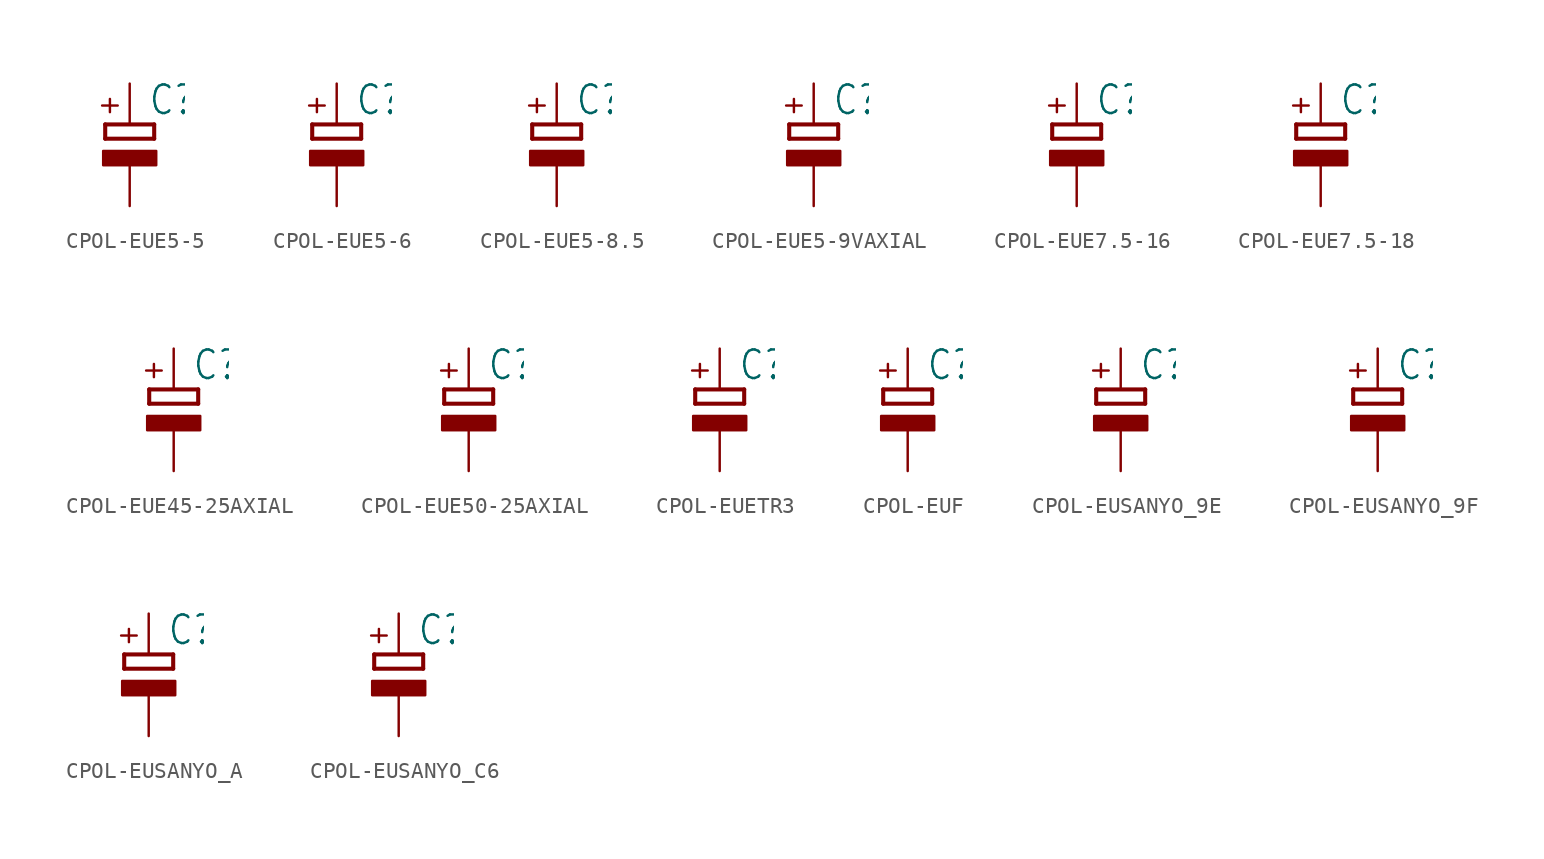
<source format=kicad_sym>
(kicad_symbol_lib
  (version 20231120)
  (generator "kicad_symbol_editor")
  (generator_version "8.99")
  (symbol "CPOL-EUE5-5"
    (property "Reference" "C"
      (at 1.143 0.483 0)
      (effects (font (size 1.778 1.511)) (justify left bottom)))
    (property "Value" ""
      (at 1.143 -4.597 0)
      (effects (font (size 1.778 1.511)) (justify left bottom)))
    (property "ki_locked" ""
      (at 0 0 0)
      (effects (font (size 1.27 1.27))))
    (symbol "CPOL-EUE5-5_1_0"
      (rectangle (start -1.651 -2.54) (end 1.651 -1.651) (stroke (width 0) (type default)) (fill (type outline)))
      (polyline (pts (xy -1.524 0) (xy 1.524 0)) (stroke (width 0.254) (type solid)) (fill (type none)))
      (polyline (pts (xy -1.524 0) (xy -1.524 -0.889)) (stroke (width 0.254) (type solid)) (fill (type none)))
      (polyline (pts (xy -1.524 -0.889) (xy 1.524 -0.889)) (stroke (width 0.254) (type solid)) (fill (type none)))
      (polyline (pts (xy 1.524 -0.889) (xy 1.524 0)) (stroke (width 0.254) (type solid)) (fill (type none)))
      (text "+" (at -0.584 0.406 900) (effects (font (size 1.27 1.079)) (justify left bottom)))
      (pin passive line (at 0 2.54 270) (length 2.54) (name "+" (effects (font (size 0 0)))) (number "+" (effects (font (size 0 0)))))
      (pin passive line (at 0 -5.08 90) (length 2.54) (name "-" (effects (font (size 0 0)))) (number "-" (effects (font (size 0 0)))))))
  (symbol "CPOL-EUE5-6"
    (property "Reference" "C"
      (at 1.143 0.483 0)
      (effects (font (size 1.778 1.511)) (justify left bottom)))
    (property "Value" ""
      (at 1.143 -4.597 0)
      (effects (font (size 1.778 1.511)) (justify left bottom)))
    (property "ki_locked" ""
      (at 0 0 0)
      (effects (font (size 1.27 1.27))))
    (symbol "CPOL-EUE5-6_1_0"
      (rectangle (start -1.651 -2.54) (end 1.651 -1.651) (stroke (width 0) (type default)) (fill (type outline)))
      (polyline (pts (xy -1.524 0) (xy 1.524 0)) (stroke (width 0.254) (type solid)) (fill (type none)))
      (polyline (pts (xy -1.524 0) (xy -1.524 -0.889)) (stroke (width 0.254) (type solid)) (fill (type none)))
      (polyline (pts (xy -1.524 -0.889) (xy 1.524 -0.889)) (stroke (width 0.254) (type solid)) (fill (type none)))
      (polyline (pts (xy 1.524 -0.889) (xy 1.524 0)) (stroke (width 0.254) (type solid)) (fill (type none)))
      (text "+" (at -0.584 0.406 900) (effects (font (size 1.27 1.079)) (justify left bottom)))
      (pin passive line (at 0 2.54 270) (length 2.54) (name "+" (effects (font (size 0 0)))) (number "+" (effects (font (size 0 0)))))
      (pin passive line (at 0 -5.08 90) (length 2.54) (name "-" (effects (font (size 0 0)))) (number "-" (effects (font (size 0 0)))))))
  (symbol "CPOL-EUE5-8.5"
    (property "Reference" "C"
      (at 1.143 0.483 0)
      (effects (font (size 1.778 1.511)) (justify left bottom)))
    (property "Value" ""
      (at 1.143 -4.597 0)
      (effects (font (size 1.778 1.511)) (justify left bottom)))
    (property "ki_locked" ""
      (at 0 0 0)
      (effects (font (size 1.27 1.27))))
    (symbol "CPOL-EUE5-8.5_1_0"
      (rectangle (start -1.651 -2.54) (end 1.651 -1.651) (stroke (width 0) (type default)) (fill (type outline)))
      (polyline (pts (xy -1.524 0) (xy 1.524 0)) (stroke (width 0.254) (type solid)) (fill (type none)))
      (polyline (pts (xy -1.524 0) (xy -1.524 -0.889)) (stroke (width 0.254) (type solid)) (fill (type none)))
      (polyline (pts (xy -1.524 -0.889) (xy 1.524 -0.889)) (stroke (width 0.254) (type solid)) (fill (type none)))
      (polyline (pts (xy 1.524 -0.889) (xy 1.524 0)) (stroke (width 0.254) (type solid)) (fill (type none)))
      (text "+" (at -0.584 0.406 900) (effects (font (size 1.27 1.079)) (justify left bottom)))
      (pin passive line (at 0 2.54 270) (length 2.54) (name "+" (effects (font (size 0 0)))) (number "+" (effects (font (size 0 0)))))
      (pin passive line (at 0 -5.08 90) (length 2.54) (name "-" (effects (font (size 0 0)))) (number "-" (effects (font (size 0 0)))))))
  (symbol "CPOL-EUE5-9VAXIAL"
    (property "Reference" "C"
      (at 1.143 0.483 0)
      (effects (font (size 1.778 1.511)) (justify left bottom)))
    (property "Value" ""
      (at 1.143 -4.597 0)
      (effects (font (size 1.778 1.511)) (justify left bottom)))
    (property "ki_locked" ""
      (at 0 0 0)
      (effects (font (size 1.27 1.27))))
    (symbol "CPOL-EUE5-9VAXIAL_1_0"
      (rectangle (start -1.651 -2.54) (end 1.651 -1.651) (stroke (width 0) (type default)) (fill (type outline)))
      (polyline (pts (xy -1.524 0) (xy 1.524 0)) (stroke (width 0.254) (type solid)) (fill (type none)))
      (polyline (pts (xy -1.524 0) (xy -1.524 -0.889)) (stroke (width 0.254) (type solid)) (fill (type none)))
      (polyline (pts (xy -1.524 -0.889) (xy 1.524 -0.889)) (stroke (width 0.254) (type solid)) (fill (type none)))
      (polyline (pts (xy 1.524 -0.889) (xy 1.524 0)) (stroke (width 0.254) (type solid)) (fill (type none)))
      (text "+" (at -0.584 0.406 900) (effects (font (size 1.27 1.079)) (justify left bottom)))
      (pin passive line (at 0 2.54 270) (length 2.54) (name "+" (effects (font (size 0 0)))) (number "+" (effects (font (size 0 0)))))
      (pin passive line (at 0 -5.08 90) (length 2.54) (name "-" (effects (font (size 0 0)))) (number "-" (effects (font (size 0 0)))))))
  (symbol "CPOL-EUE7.5-16"
    (property "Reference" "C"
      (at 1.143 0.483 0)
      (effects (font (size 1.778 1.511)) (justify left bottom)))
    (property "Value" ""
      (at 1.143 -4.597 0)
      (effects (font (size 1.778 1.511)) (justify left bottom)))
    (property "ki_locked" ""
      (at 0 0 0)
      (effects (font (size 1.27 1.27))))
    (symbol "CPOL-EUE7.5-16_1_0"
      (rectangle (start -1.651 -2.54) (end 1.651 -1.651) (stroke (width 0) (type default)) (fill (type outline)))
      (polyline (pts (xy -1.524 0) (xy 1.524 0)) (stroke (width 0.254) (type solid)) (fill (type none)))
      (polyline (pts (xy -1.524 0) (xy -1.524 -0.889)) (stroke (width 0.254) (type solid)) (fill (type none)))
      (polyline (pts (xy -1.524 -0.889) (xy 1.524 -0.889)) (stroke (width 0.254) (type solid)) (fill (type none)))
      (polyline (pts (xy 1.524 -0.889) (xy 1.524 0)) (stroke (width 0.254) (type solid)) (fill (type none)))
      (text "+" (at -0.584 0.406 900) (effects (font (size 1.27 1.079)) (justify left bottom)))
      (pin passive line (at 0 2.54 270) (length 2.54) (name "+" (effects (font (size 0 0)))) (number "+" (effects (font (size 0 0)))))
      (pin passive line (at 0 -5.08 90) (length 2.54) (name "-" (effects (font (size 0 0)))) (number "-" (effects (font (size 0 0)))))))
  (symbol "CPOL-EUE7.5-18"
    (property "Reference" "C"
      (at 1.143 0.483 0)
      (effects (font (size 1.778 1.511)) (justify left bottom)))
    (property "Value" ""
      (at 1.143 -4.597 0)
      (effects (font (size 1.778 1.511)) (justify left bottom)))
    (property "ki_locked" ""
      (at 0 0 0)
      (effects (font (size 1.27 1.27))))
    (symbol "CPOL-EUE7.5-18_1_0"
      (rectangle (start -1.651 -2.54) (end 1.651 -1.651) (stroke (width 0) (type default)) (fill (type outline)))
      (polyline (pts (xy -1.524 0) (xy 1.524 0)) (stroke (width 0.254) (type solid)) (fill (type none)))
      (polyline (pts (xy -1.524 0) (xy -1.524 -0.889)) (stroke (width 0.254) (type solid)) (fill (type none)))
      (polyline (pts (xy -1.524 -0.889) (xy 1.524 -0.889)) (stroke (width 0.254) (type solid)) (fill (type none)))
      (polyline (pts (xy 1.524 -0.889) (xy 1.524 0)) (stroke (width 0.254) (type solid)) (fill (type none)))
      (text "+" (at -0.584 0.406 900) (effects (font (size 1.27 1.079)) (justify left bottom)))
      (pin passive line (at 0 2.54 270) (length 2.54) (name "+" (effects (font (size 0 0)))) (number "+" (effects (font (size 0 0)))))
      (pin passive line (at 0 -5.08 90) (length 2.54) (name "-" (effects (font (size 0 0)))) (number "-" (effects (font (size 0 0)))))))
  (symbol "CPOL-EUE45-25AXIAL"
    (property "Reference" "C"
      (at 1.143 0.483 0)
      (effects (font (size 1.778 1.511)) (justify left bottom)))
    (property "Value" ""
      (at 1.143 -4.597 0)
      (effects (font (size 1.778 1.511)) (justify left bottom)))
    (property "ki_locked" ""
      (at 0 0 0)
      (effects (font (size 1.27 1.27))))
    (symbol "CPOL-EUE45-25AXIAL_1_0"
      (rectangle (start -1.651 -2.54) (end 1.651 -1.651) (stroke (width 0) (type default)) (fill (type outline)))
      (polyline (pts (xy -1.524 0) (xy 1.524 0)) (stroke (width 0.254) (type solid)) (fill (type none)))
      (polyline (pts (xy -1.524 0) (xy -1.524 -0.889)) (stroke (width 0.254) (type solid)) (fill (type none)))
      (polyline (pts (xy -1.524 -0.889) (xy 1.524 -0.889)) (stroke (width 0.254) (type solid)) (fill (type none)))
      (polyline (pts (xy 1.524 -0.889) (xy 1.524 0)) (stroke (width 0.254) (type solid)) (fill (type none)))
      (text "+" (at -0.584 0.406 900) (effects (font (size 1.27 1.079)) (justify left bottom)))
      (pin passive line (at 0 2.54 270) (length 2.54) (name "+" (effects (font (size 0 0)))) (number "+" (effects (font (size 0 0)))))
      (pin passive line (at 0 -5.08 90) (length 2.54) (name "-" (effects (font (size 0 0)))) (number "-" (effects (font (size 0 0)))))))
  (symbol "CPOL-EUE50-25AXIAL"
    (property "Reference" "C"
      (at 1.143 0.483 0)
      (effects (font (size 1.778 1.511)) (justify left bottom)))
    (property "Value" ""
      (at 1.143 -4.597 0)
      (effects (font (size 1.778 1.511)) (justify left bottom)))
    (property "ki_locked" ""
      (at 0 0 0)
      (effects (font (size 1.27 1.27))))
    (symbol "CPOL-EUE50-25AXIAL_1_0"
      (rectangle (start -1.651 -2.54) (end 1.651 -1.651) (stroke (width 0) (type default)) (fill (type outline)))
      (polyline (pts (xy -1.524 0) (xy 1.524 0)) (stroke (width 0.254) (type solid)) (fill (type none)))
      (polyline (pts (xy -1.524 0) (xy -1.524 -0.889)) (stroke (width 0.254) (type solid)) (fill (type none)))
      (polyline (pts (xy -1.524 -0.889) (xy 1.524 -0.889)) (stroke (width 0.254) (type solid)) (fill (type none)))
      (polyline (pts (xy 1.524 -0.889) (xy 1.524 0)) (stroke (width 0.254) (type solid)) (fill (type none)))
      (text "+" (at -0.584 0.406 900) (effects (font (size 1.27 1.079)) (justify left bottom)))
      (pin passive line (at 0 2.54 270) (length 2.54) (name "+" (effects (font (size 0 0)))) (number "+" (effects (font (size 0 0)))))
      (pin passive line (at 0 -5.08 90) (length 2.54) (name "-" (effects (font (size 0 0)))) (number "-" (effects (font (size 0 0)))))))
  (symbol "CPOL-EUETR3"
    (property "Reference" "C"
      (at 1.143 0.483 0)
      (effects (font (size 1.778 1.511)) (justify left bottom)))
    (property "Value" ""
      (at 1.143 -4.597 0)
      (effects (font (size 1.778 1.511)) (justify left bottom)))
    (property "ki_locked" ""
      (at 0 0 0)
      (effects (font (size 1.27 1.27))))
    (symbol "CPOL-EUETR3_1_0"
      (rectangle (start -1.651 -2.54) (end 1.651 -1.651) (stroke (width 0) (type default)) (fill (type outline)))
      (polyline (pts (xy -1.524 0) (xy 1.524 0)) (stroke (width 0.254) (type solid)) (fill (type none)))
      (polyline (pts (xy -1.524 0) (xy -1.524 -0.889)) (stroke (width 0.254) (type solid)) (fill (type none)))
      (polyline (pts (xy -1.524 -0.889) (xy 1.524 -0.889)) (stroke (width 0.254) (type solid)) (fill (type none)))
      (polyline (pts (xy 1.524 -0.889) (xy 1.524 0)) (stroke (width 0.254) (type solid)) (fill (type none)))
      (text "+" (at -0.584 0.406 900) (effects (font (size 1.27 1.079)) (justify left bottom)))
      (pin passive line (at 0 2.54 270) (length 2.54) (name "+" (effects (font (size 0 0)))) (number "+" (effects (font (size 0 0)))))
      (pin passive line (at 0 -5.08 90) (length 2.54) (name "-" (effects (font (size 0 0)))) (number "-" (effects (font (size 0 0)))))))
  (symbol "CPOL-EUF"
    (property "Reference" "C"
      (at 1.143 0.483 0)
      (effects (font (size 1.778 1.511)) (justify left bottom)))
    (property "Value" ""
      (at 1.143 -4.597 0)
      (effects (font (size 1.778 1.511)) (justify left bottom)))
    (property "ki_locked" ""
      (at 0 0 0)
      (effects (font (size 1.27 1.27))))
    (symbol "CPOL-EUF_1_0"
      (rectangle (start -1.651 -2.54) (end 1.651 -1.651) (stroke (width 0) (type default)) (fill (type outline)))
      (polyline (pts (xy -1.524 0) (xy 1.524 0)) (stroke (width 0.254) (type solid)) (fill (type none)))
      (polyline (pts (xy -1.524 0) (xy -1.524 -0.889)) (stroke (width 0.254) (type solid)) (fill (type none)))
      (polyline (pts (xy -1.524 -0.889) (xy 1.524 -0.889)) (stroke (width 0.254) (type solid)) (fill (type none)))
      (polyline (pts (xy 1.524 -0.889) (xy 1.524 0)) (stroke (width 0.254) (type solid)) (fill (type none)))
      (text "+" (at -0.584 0.406 900) (effects (font (size 1.27 1.079)) (justify left bottom)))
      (pin passive line (at 0 2.54 270) (length 2.54) (name "+" (effects (font (size 0 0)))) (number "+" (effects (font (size 0 0)))))
      (pin passive line (at 0 -5.08 90) (length 2.54) (name "-" (effects (font (size 0 0)))) (number "-" (effects (font (size 0 0)))))))
  (symbol "CPOL-EUSANYO_9E"
    (property "Reference" "C"
      (at 1.143 0.483 0)
      (effects (font (size 1.778 1.511)) (justify left bottom)))
    (property "Value" ""
      (at 1.143 -4.597 0)
      (effects (font (size 1.778 1.511)) (justify left bottom)))
    (property "ki_locked" ""
      (at 0 0 0)
      (effects (font (size 1.27 1.27))))
    (symbol "CPOL-EUSANYO_9E_1_0"
      (rectangle (start -1.651 -2.54) (end 1.651 -1.651) (stroke (width 0) (type default)) (fill (type outline)))
      (polyline (pts (xy -1.524 0) (xy 1.524 0)) (stroke (width 0.254) (type solid)) (fill (type none)))
      (polyline (pts (xy -1.524 0) (xy -1.524 -0.889)) (stroke (width 0.254) (type solid)) (fill (type none)))
      (polyline (pts (xy -1.524 -0.889) (xy 1.524 -0.889)) (stroke (width 0.254) (type solid)) (fill (type none)))
      (polyline (pts (xy 1.524 -0.889) (xy 1.524 0)) (stroke (width 0.254) (type solid)) (fill (type none)))
      (text "+" (at -0.584 0.406 900) (effects (font (size 1.27 1.079)) (justify left bottom)))
      (pin passive line (at 0 2.54 270) (length 2.54) (name "+" (effects (font (size 0 0)))) (number "+" (effects (font (size 0 0)))))
      (pin passive line (at 0 -5.08 90) (length 2.54) (name "-" (effects (font (size 0 0)))) (number "-" (effects (font (size 0 0)))))))
  (symbol "CPOL-EUSANYO_9F"
    (property "Reference" "C"
      (at 1.143 0.483 0)
      (effects (font (size 1.778 1.511)) (justify left bottom)))
    (property "Value" ""
      (at 1.143 -4.597 0)
      (effects (font (size 1.778 1.511)) (justify left bottom)))
    (property "ki_locked" ""
      (at 0 0 0)
      (effects (font (size 1.27 1.27))))
    (symbol "CPOL-EUSANYO_9F_1_0"
      (rectangle (start -1.651 -2.54) (end 1.651 -1.651) (stroke (width 0) (type default)) (fill (type outline)))
      (polyline (pts (xy -1.524 0) (xy 1.524 0)) (stroke (width 0.254) (type solid)) (fill (type none)))
      (polyline (pts (xy -1.524 0) (xy -1.524 -0.889)) (stroke (width 0.254) (type solid)) (fill (type none)))
      (polyline (pts (xy -1.524 -0.889) (xy 1.524 -0.889)) (stroke (width 0.254) (type solid)) (fill (type none)))
      (polyline (pts (xy 1.524 -0.889) (xy 1.524 0)) (stroke (width 0.254) (type solid)) (fill (type none)))
      (text "+" (at -0.584 0.406 900) (effects (font (size 1.27 1.079)) (justify left bottom)))
      (pin passive line (at 0 2.54 270) (length 2.54) (name "+" (effects (font (size 0 0)))) (number "+" (effects (font (size 0 0)))))
      (pin passive line (at 0 -5.08 90) (length 2.54) (name "-" (effects (font (size 0 0)))) (number "-" (effects (font (size 0 0)))))))
  (symbol "CPOL-EUSANYO_A"
    (property "Reference" "C"
      (at 1.143 0.483 0)
      (effects (font (size 1.778 1.511)) (justify left bottom)))
    (property "Value" ""
      (at 1.143 -4.597 0)
      (effects (font (size 1.778 1.511)) (justify left bottom)))
    (property "ki_locked" ""
      (at 0 0 0)
      (effects (font (size 1.27 1.27))))
    (symbol "CPOL-EUSANYO_A_1_0"
      (rectangle (start -1.651 -2.54) (end 1.651 -1.651) (stroke (width 0) (type default)) (fill (type outline)))
      (polyline (pts (xy -1.524 0) (xy 1.524 0)) (stroke (width 0.254) (type solid)) (fill (type none)))
      (polyline (pts (xy -1.524 0) (xy -1.524 -0.889)) (stroke (width 0.254) (type solid)) (fill (type none)))
      (polyline (pts (xy -1.524 -0.889) (xy 1.524 -0.889)) (stroke (width 0.254) (type solid)) (fill (type none)))
      (polyline (pts (xy 1.524 -0.889) (xy 1.524 0)) (stroke (width 0.254) (type solid)) (fill (type none)))
      (text "+" (at -0.584 0.406 900) (effects (font (size 1.27 1.079)) (justify left bottom)))
      (pin passive line (at 0 2.54 270) (length 2.54) (name "+" (effects (font (size 0 0)))) (number "+" (effects (font (size 0 0)))))
      (pin passive line (at 0 -5.08 90) (length 2.54) (name "-" (effects (font (size 0 0)))) (number "-" (effects (font (size 0 0)))))))
  (symbol "CPOL-EUSANYO_C6"
    (property "Reference" "C"
      (at 1.143 0.483 0)
      (effects (font (size 1.778 1.511)) (justify left bottom)))
    (property "Value" ""
      (at 1.143 -4.597 0)
      (effects (font (size 1.778 1.511)) (justify left bottom)))
    (property "ki_locked" ""
      (at 0 0 0)
      (effects (font (size 1.27 1.27))))
    (symbol "CPOL-EUSANYO_C6_1_0"
      (rectangle (start -1.651 -2.54) (end 1.651 -1.651) (stroke (width 0) (type default)) (fill (type outline)))
      (polyline (pts (xy -1.524 0) (xy 1.524 0)) (stroke (width 0.254) (type solid)) (fill (type none)))
      (polyline (pts (xy -1.524 0) (xy -1.524 -0.889)) (stroke (width 0.254) (type solid)) (fill (type none)))
      (polyline (pts (xy -1.524 -0.889) (xy 1.524 -0.889)) (stroke (width 0.254) (type solid)) (fill (type none)))
      (polyline (pts (xy 1.524 -0.889) (xy 1.524 0)) (stroke (width 0.254) (type solid)) (fill (type none)))
      (text "+" (at -0.584 0.406 900) (effects (font (size 1.27 1.079)) (justify left bottom)))
      (pin passive line (at 0 2.54 270) (length 2.54) (name "+" (effects (font (size 0 0)))) (number "+" (effects (font (size 0 0)))))
      (pin passive line (at 0 -5.08 90) (length 2.54) (name "-" (effects (font (size 0 0)))) (number "-" (effects (font (size 0 0))))))))
</source>
